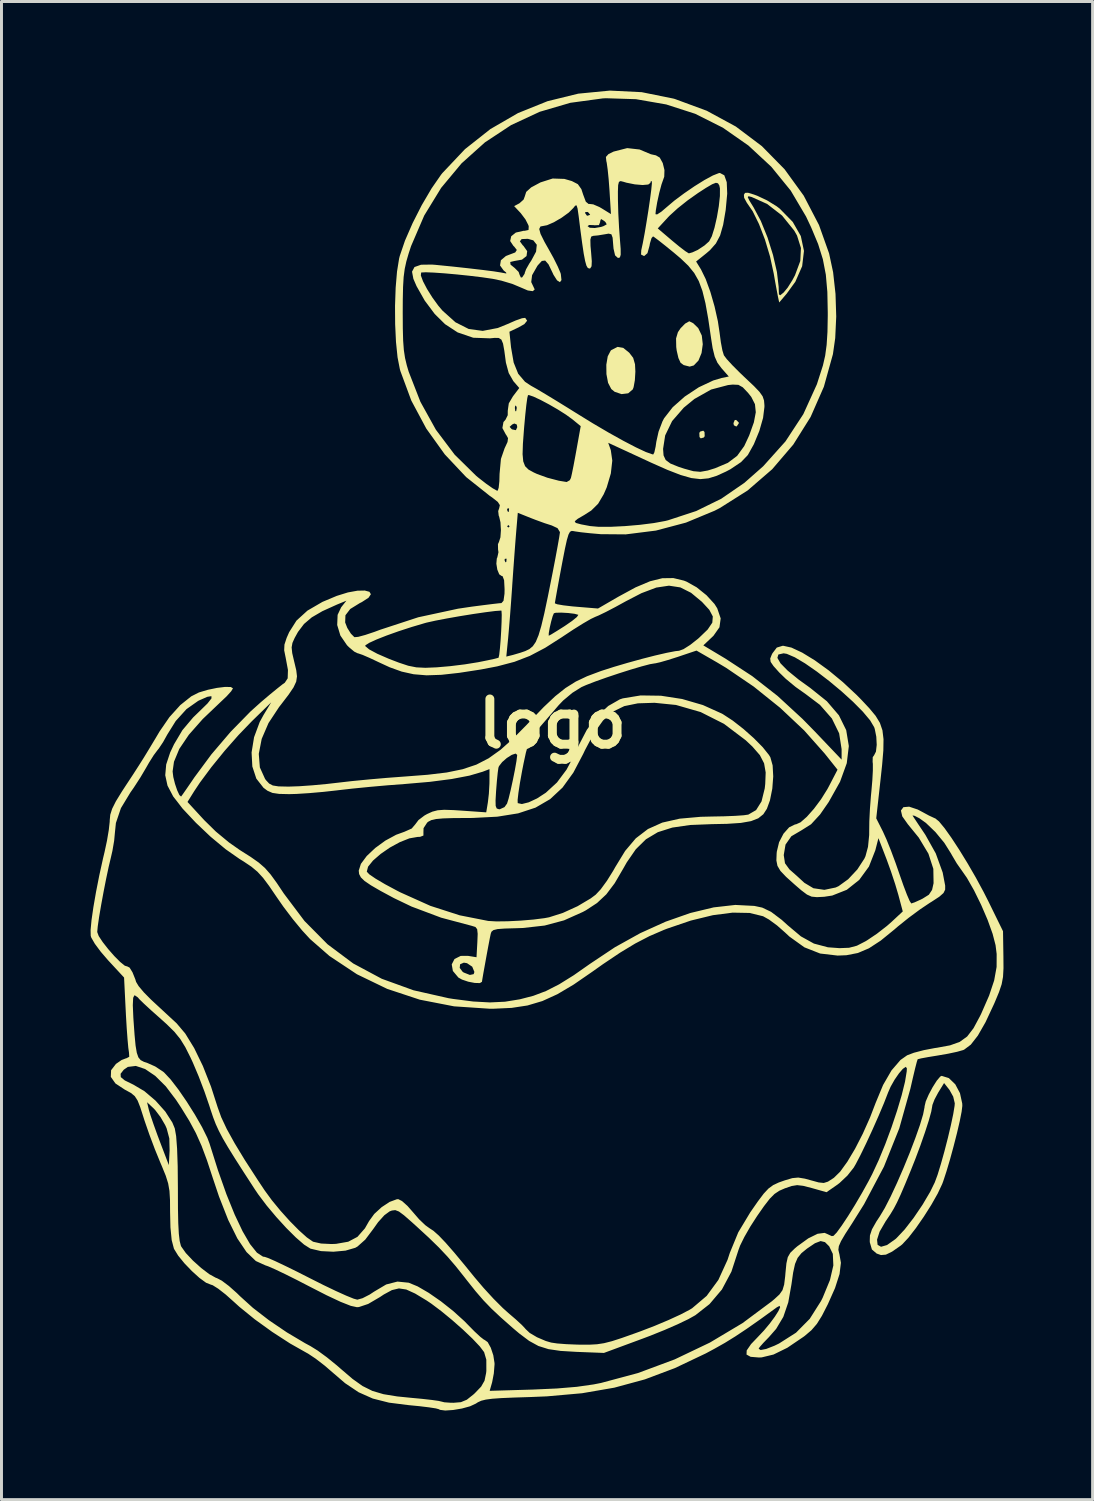
<source format=kicad_pcb>
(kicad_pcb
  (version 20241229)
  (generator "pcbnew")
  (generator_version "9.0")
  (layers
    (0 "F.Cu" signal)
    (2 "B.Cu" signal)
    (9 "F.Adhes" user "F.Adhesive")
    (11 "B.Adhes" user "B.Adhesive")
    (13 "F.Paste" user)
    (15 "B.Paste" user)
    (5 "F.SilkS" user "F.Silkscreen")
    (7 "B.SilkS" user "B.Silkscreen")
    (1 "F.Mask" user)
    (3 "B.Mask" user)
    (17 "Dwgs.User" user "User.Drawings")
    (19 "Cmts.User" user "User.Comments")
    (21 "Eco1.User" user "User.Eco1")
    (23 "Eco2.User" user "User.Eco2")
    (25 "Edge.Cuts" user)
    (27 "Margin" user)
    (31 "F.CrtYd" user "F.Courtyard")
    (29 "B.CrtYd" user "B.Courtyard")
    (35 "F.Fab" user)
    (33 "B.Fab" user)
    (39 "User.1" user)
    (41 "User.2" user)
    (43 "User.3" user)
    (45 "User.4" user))
  (footprint "logo"
    (layer "F.Cu")
    (at 15.546 21.315)
    (property "Reference" "logo" (at 0 0 0) (layer "F.SilkS") (effects (font (size 1.524 1.524) (thickness 0.3))))
    (attr board_only exclude_from_pos_files exclude_from_bom)
    (fp_poly (pts (xy 5.122 -9.821) (xy 5.128 -9.681) (xy 5.099 -9.637) (xy 4.995 -9.607) (xy 4.953 -9.652) (xy 4.947 -9.792) (xy 4.976 -9.836) (xy 5.08 -9.866)) (stroke (width 0) (type solid)) (fill yes) (layer "F.SilkS"))
    (fp_poly (pts (xy 6.274 -10.141) (xy 6.278 -10.118) (xy 6.212 -10.018) (xy 6.187 -10.007) (xy 6.11 -10.048) (xy 6.096 -10.118) (xy 6.139 -10.223) (xy 6.187 -10.228)) (stroke (width 0) (type solid)) (fill yes) (layer "F.SilkS"))
    (fp_poly (pts (xy 2.385 -12.654) (xy 2.586 -12.492) (xy 2.72 -12.318) (xy 2.782 -12.103) (xy 2.794 -11.852) (xy 2.777 -11.566) (xy 2.735 -11.331) (xy 2.706 -11.255) (xy 2.552 -11.124) (xy 2.328 -11.097) (xy 2.097 -11.175) (xy 1.983 -11.268) (xy 1.875 -11.477) (xy 1.82 -11.769) (xy 1.816 -12.087) (xy 1.864 -12.37) (xy 1.964 -12.561) (xy 1.986 -12.581) (xy 2.196 -12.687)) (stroke (width 0) (type solid)) (fill yes) (layer "F.SilkS"))
    (fp_poly (pts (xy 4.74 -13.485) (xy 4.895 -13.335) (xy 4.913 -13.314) (xy 5.03 -13.069) (xy 5.063 -12.776) (xy 5.022 -12.48) (xy 4.918 -12.227) (xy 4.76 -12.062) (xy 4.622 -12.023) (xy 4.419 -12.075) (xy 4.316 -12.152) (xy 4.243 -12.312) (xy 4.185 -12.564) (xy 4.17 -12.682) (xy 4.164 -12.972) (xy 4.226 -13.181) (xy 4.316 -13.314) (xy 4.47 -13.471) (xy 4.603 -13.546) (xy 4.614 -13.547)) (stroke (width 0) (type solid)) (fill yes) (layer "F.SilkS"))
    (fp_poly (pts (xy 6.787 -17.815) (xy 6.9 -17.773) (xy 7.226 -17.62) (xy 7.549 -17.421) (xy 7.653 -17.342) (xy 8.091 -16.895) (xy 8.364 -16.418) (xy 8.47 -15.918) (xy 8.409 -15.403) (xy 8.18 -14.881) (xy 7.888 -14.478) (xy 7.636 -14.182) (xy 7.591 -14.393) (xy 7.554 -14.588) (xy 7.5 -14.88) (xy 7.452 -15.155) (xy 7.327 -15.73) (xy 7.157 -16.298) (xy 6.957 -16.819) (xy 6.744 -17.252) (xy 6.545 -17.541) (xy 6.456 -17.707) (xy 6.454 -17.729) (xy 6.577 -17.729) (xy 6.631 -17.615) (xy 6.771 -17.388) (xy 7.017 -16.928) (xy 7.242 -16.374) (xy 7.428 -15.781) (xy 7.56 -15.207) (xy 7.618 -14.707) (xy 7.62 -14.629) (xy 7.627 -14.454) (xy 7.672 -14.425) (xy 7.787 -14.519) (xy 7.92 -14.68) (xy 8.077 -14.929) (xy 8.168 -15.099) (xy 8.346 -15.579) (xy 8.368 -16.015) (xy 8.236 -16.436) (xy 8.142 -16.601) (xy 7.732 -17.109) (xy 7.229 -17.499) (xy 6.708 -17.733) (xy 6.604 -17.759) (xy 6.577 -17.729) (xy 6.454 -17.729) (xy 6.448 -17.808) (xy 6.487 -17.872) (xy 6.587 -17.876)) (stroke (width 0) (type solid)) (fill yes) (layer "F.SilkS"))
    (fp_poly (pts (xy 13.349 11.931) (xy 13.564 12.139) (xy 13.722 12.437) (xy 13.798 12.786) (xy 13.801 12.866) (xy 13.777 13.062) (xy 13.714 13.381) (xy 13.621 13.781) (xy 13.508 14.223) (xy 13.387 14.667) (xy 13.266 15.074) (xy 13.158 15.403) (xy 13.123 15.496) (xy 12.972 15.817) (xy 12.756 16.198) (xy 12.502 16.599) (xy 12.237 16.981) (xy 11.987 17.303) (xy 11.779 17.526) (xy 11.727 17.569) (xy 11.436 17.772) (xy 11.228 17.873) (xy 11.062 17.887) (xy 10.917 17.836) (xy 10.757 17.699) (xy 10.688 17.463) (xy 10.685 17.426) (xy 10.686 17.368) (xy 10.93 17.368) (xy 10.949 17.543) (xy 11.064 17.608) (xy 11.266 17.55) (xy 11.546 17.352) (xy 11.587 17.315) (xy 11.859 17.026) (xy 12.162 16.635) (xy 12.461 16.194) (xy 12.72 15.755) (xy 12.874 15.44) (xy 12.968 15.185) (xy 13.079 14.823) (xy 13.198 14.397) (xy 13.314 13.947) (xy 13.416 13.515) (xy 13.495 13.141) (xy 13.54 12.867) (xy 13.547 12.777) (xy 13.494 12.553) (xy 13.368 12.327) (xy 13.367 12.325) (xy 13.187 12.096) (xy 12.988 12.419) (xy 12.866 12.647) (xy 12.794 12.834) (xy 12.787 12.879) (xy 12.755 13.059) (xy 12.671 13.362) (xy 12.545 13.752) (xy 12.39 14.197) (xy 12.216 14.661) (xy 12.07 15.028) (xy 11.875 15.501) (xy 11.725 15.851) (xy 11.603 16.114) (xy 11.493 16.324) (xy 11.378 16.515) (xy 11.239 16.723) (xy 11.22 16.75) (xy 11.017 17.099) (xy 10.93 17.368) (xy 10.686 17.368) (xy 10.691 17.227) (xy 10.759 17.021) (xy 10.907 16.759) (xy 11.025 16.581) (xy 11.192 16.301) (xy 11.389 15.916) (xy 11.603 15.457) (xy 11.821 14.955) (xy 12.031 14.442) (xy 12.219 13.949) (xy 12.374 13.509) (xy 12.481 13.151) (xy 12.529 12.908) (xy 12.531 12.877) (xy 12.57 12.713) (xy 12.67 12.483) (xy 12.803 12.234) (xy 12.941 12.016) (xy 13.058 11.878) (xy 13.105 11.854)) (stroke (width 0) (type solid)) (fill yes) (layer "F.SilkS"))
    (fp_poly (pts (xy 3.007 -21.262) (xy 4.072 -21.047) (xy 4.122 -21.033) (xy 5.196 -20.637) (xy 6.176 -20.105) (xy 7.053 -19.445) (xy 7.818 -18.666) (xy 8.462 -17.777) (xy 8.976 -16.789) (xy 9.316 -15.833) (xy 9.451 -15.2) (xy 9.532 -14.47) (xy 9.556 -13.71) (xy 9.522 -12.983) (xy 9.445 -12.442) (xy 9.14 -11.345) (xy 8.693 -10.327) (xy 8.11 -9.398) (xy 7.401 -8.569) (xy 6.574 -7.854) (xy 5.638 -7.262) (xy 5.461 -7.171) (xy 4.497 -6.771) (xy 3.487 -6.503) (xy 2.47 -6.375) (xy 1.627 -6.382) (xy 1.272 -6.413) (xy 0.965 -6.446) (xy 0.758 -6.476) (xy 0.724 -6.483) (xy 0.651 -6.492) (xy 0.593 -6.462) (xy 0.542 -6.367) (xy 0.488 -6.185) (xy 0.423 -5.891) (xy 0.339 -5.461) (xy 0.312 -5.318) (xy 0.231 -4.885) (xy 0.163 -4.513) (xy 0.113 -4.233) (xy 0.086 -4.075) (xy 0.084 -4.053) (xy 0.162 -4.022) (xy 0.371 -3.986) (xy 0.671 -3.951) (xy 0.81 -3.939) (xy 1.536 -3.879) (xy 2.219 -4.275) (xy 2.801 -4.591) (xy 3.286 -4.796) (xy 3.701 -4.899) (xy 4.073 -4.904) (xy 4.429 -4.818) (xy 4.516 -4.784) (xy 4.857 -4.593) (xy 5.19 -4.325) (xy 5.457 -4.033) (xy 5.55 -3.886) (xy 5.666 -3.546) (xy 5.625 -3.247) (xy 5.423 -2.961) (xy 5.377 -2.917) (xy 5.082 -2.638) (xy 5.822 -2.195) (xy 6.728 -1.603) (xy 7.58 -0.937) (xy 8.421 -0.162) (xy 8.834 0.259) (xy 9.737 1.208) (xy 9.737 0.855) (xy 9.654 0.323) (xy 9.409 -0.177) (xy 9.008 -0.635) (xy 8.522 -1.002) (xy 8.19 -1.237) (xy 7.858 -1.512) (xy 7.639 -1.724) (xy 7.444 -1.942) (xy 7.348 -2.082) (xy 7.333 -2.194) (xy 7.342 -2.217) (xy 7.575 -2.217) (xy 7.681 -2.033) (xy 7.922 -1.788) (xy 8.292 -1.486) (xy 8.677 -1.209) (xy 9.241 -0.757) (xy 9.646 -0.284) (xy 9.892 0.216) (xy 9.98 0.751) (xy 9.911 1.328) (xy 9.684 1.954) (xy 9.302 2.636) (xy 9.012 3.055) (xy 8.709 3.384) (xy 8.389 3.586) (xy 8.045 3.788) (xy 7.849 4.068) (xy 7.789 4.422) (xy 7.831 4.697) (xy 7.98 4.902) (xy 8.014 4.932) (xy 8.234 5.126) (xy 8.467 5.34) (xy 8.483 5.355) (xy 8.788 5.538) (xy 9.157 5.592) (xy 9.537 5.513) (xy 9.635 5.468) (xy 9.958 5.235) (xy 10.267 4.905) (xy 10.502 4.544) (xy 10.541 4.459) (xy 10.626 4.143) (xy 10.665 3.748) (xy 10.666 3.612) (xy 10.67 3.285) (xy 10.691 2.863) (xy 10.725 2.421) (xy 10.74 2.269) (xy 10.772 1.897) (xy 10.789 1.575) (xy 10.789 1.35) (xy 10.781 1.284) (xy 10.785 1.124) (xy 10.83 1.063) (xy 10.893 0.939) (xy 10.919 0.71) (xy 10.905 0.436) (xy 10.853 0.175) (xy 10.834 0.118) (xy 10.697 -0.114) (xy 10.451 -0.407) (xy 10.122 -0.739) (xy 9.737 -1.089) (xy 9.322 -1.435) (xy 8.904 -1.756) (xy 8.508 -2.031) (xy 8.162 -2.237) (xy 7.891 -2.353) (xy 7.784 -2.371) (xy 7.608 -2.331) (xy 7.575 -2.217) (xy 7.342 -2.217) (xy 7.384 -2.323) (xy 7.408 -2.371) (xy 7.555 -2.564) (xy 7.752 -2.624) (xy 7.77 -2.625) (xy 8.047 -2.564) (xy 8.411 -2.394) (xy 8.837 -2.133) (xy 9.302 -1.796) (xy 9.779 -1.402) (xy 10.245 -0.967) (xy 10.39 -0.82) (xy 10.672 -0.519) (xy 10.882 -0.266) (xy 11.026 -0.03) (xy 11.112 0.222) (xy 11.148 0.521) (xy 11.142 0.899) (xy 11.101 1.387) (xy 11.047 1.888) (xy 10.903 3.185) (xy 11.129 3.632) (xy 11.248 3.895) (xy 11.398 4.267) (xy 11.557 4.695) (xy 11.686 5.066) (xy 11.818 5.443) (xy 11.936 5.754) (xy 12.028 5.966) (xy 12.082 6.05) (xy 12.084 6.05) (xy 12.195 6.013) (xy 12.392 5.924) (xy 12.464 5.888) (xy 12.675 5.756) (xy 12.783 5.593) (xy 12.833 5.368) (xy 12.825 4.885) (xy 12.66 4.375) (xy 12.334 3.833) (xy 11.967 3.383) (xy 11.779 3.118) (xy 11.734 2.922) (xy 11.817 2.809) (xy 12.011 2.792) (xy 12.3 2.888) (xy 12.447 2.966) (xy 12.676 3.09) (xy 12.865 3.178) (xy 12.892 3.188) (xy 13.015 3.288) (xy 13.201 3.513) (xy 13.434 3.84) (xy 13.697 4.242) (xy 13.976 4.696) (xy 14.254 5.176) (xy 14.515 5.658) (xy 14.673 5.969) (xy 15.171 6.985) (xy 15.184 7.832) (xy 15.187 8.231) (xy 15.171 8.523) (xy 15.125 8.771) (xy 15.036 9.035) (xy 14.893 9.379) (xy 14.866 9.44) (xy 14.582 10.048) (xy 14.324 10.499) (xy 14.086 10.804) (xy 13.862 10.972) (xy 13.826 10.987) (xy 13.625 11.044) (xy 13.32 11.109) (xy 12.975 11.169) (xy 12.957 11.172) (xy 12.651 11.222) (xy 12.418 11.265) (xy 12.302 11.294) (xy 12.297 11.297) (xy 12.268 11.386) (xy 12.211 11.607) (xy 12.135 11.926) (xy 12.052 12.288) (xy 11.679 13.62) (xy 11.163 14.909) (xy 10.493 16.176) (xy 10.086 16.827) (xy 9.86 17.176) (xy 9.717 17.419) (xy 9.644 17.587) (xy 9.628 17.712) (xy 9.654 17.827) (xy 9.66 17.843) (xy 9.714 18.146) (xy 9.668 18.525) (xy 9.516 18.998) (xy 9.273 19.544) (xy 9.075 19.931) (xy 8.903 20.206) (xy 8.722 20.416) (xy 8.498 20.607) (xy 8.452 20.641) (xy 7.91 21.008) (xy 7.445 21.236) (xy 7.047 21.332) (xy 6.956 21.336) (xy 6.674 21.313) (xy 6.536 21.237) (xy 6.542 21.098) (xy 6.582 21.04) (xy 6.943 21.04) (xy 7.011 21.084) (xy 7.198 21.048) (xy 7.477 20.939) (xy 7.63 20.865) (xy 8.202 20.501) (xy 8.665 20.033) (xy 9.043 19.436) (xy 9.099 19.325) (xy 9.345 18.728) (xy 9.459 18.236) (xy 9.441 17.847) (xy 9.319 17.593) (xy 9.177 17.452) (xy 9.031 17.416) (xy 8.84 17.489) (xy 8.574 17.669) (xy 8.385 17.823) (xy 8.256 17.982) (xy 8.169 18.187) (xy 8.105 18.479) (xy 8.049 18.872) (xy 7.941 19.481) (xy 7.775 19.968) (xy 7.533 20.373) (xy 7.29 20.65) (xy 7.103 20.844) (xy 6.977 20.987) (xy 6.943 21.04) (xy 6.582 21.04) (xy 6.689 20.884) (xy 6.91 20.653) (xy 7.123 20.427) (xy 7.322 20.188) (xy 7.489 19.962) (xy 7.61 19.771) (xy 7.668 19.642) (xy 7.648 19.598) (xy 7.557 19.646) (xy 7.001 20.049) (xy 6.545 20.369) (xy 6.157 20.627) (xy 5.805 20.845) (xy 5.454 21.043) (xy 5.165 21.198) (xy 4.126 21.692) (xy 3.113 22.073) (xy 2.084 22.352) (xy 0.999 22.539) (xy -0.184 22.644) (xy -0.72 22.666) (xy -1.289 22.684) (xy -1.715 22.702) (xy -2.023 22.724) (xy -2.241 22.753) (xy -2.394 22.791) (xy -2.508 22.843) (xy -2.577 22.888) (xy -2.77 22.978) (xy -3.043 23.053) (xy -3.34 23.103) (xy -3.606 23.121) (xy -3.786 23.098) (xy -3.819 23.078) (xy -3.92 23.05) (xy -4.153 23.014) (xy -4.483 22.974) (xy -4.835 22.94) (xy -5.5 22.856) (xy -6.046 22.718) (xy -6.523 22.506) (xy -6.979 22.2) (xy -7.366 21.868) (xy -7.666 21.609) (xy -7.971 21.374) (xy -8.225 21.205) (xy -8.275 21.178) (xy -8.83 20.864) (xy -9.432 20.474) (xy -10.021 20.049) (xy -10.538 19.629) (xy -10.721 19.463) (xy -10.999 19.215) (xy -11.249 19.02) (xy -11.435 18.903) (xy -11.503 18.881) (xy -11.659 18.819) (xy -11.882 18.656) (xy -12.136 18.426) (xy -12.387 18.165) (xy -12.598 17.906) (xy -12.734 17.685) (xy -12.742 17.667) (xy -12.816 17.384) (xy -12.858 16.956) (xy -12.87 16.449) (xy -12.873 16.032) (xy -12.891 15.727) (xy -12.935 15.475) (xy -13.015 15.219) (xy -13.145 14.9) (xy -13.2 14.771) (xy -13.382 14.325) (xy -13.57 13.824) (xy -13.73 13.362) (xy -13.761 13.264) (xy -13.874 12.912) (xy -13.941 12.742) (xy -13.645 12.742) (xy -13.585 12.996) (xy -13.529 13.184) (xy -13.428 13.481) (xy -13.299 13.839) (xy -13.218 14.055) (xy -12.912 14.859) (xy -12.886 14.366) (xy -12.896 13.96) (xy -12.985 13.624) (xy -13.035 13.512) (xy -13.193 13.241) (xy -13.374 13.002) (xy -13.427 12.947) (xy -13.645 12.742) (xy -13.941 12.742) (xy -13.965 12.683) (xy -14.06 12.536) (xy -14.186 12.432) (xy -14.37 12.331) (xy -14.395 12.318) (xy -14.71 12.11) (xy -14.865 11.889) (xy -14.861 11.785) (xy -14.536 11.785) (xy -14.53 11.896) (xy -14.395 12.008) (xy -14.114 12.146) (xy -14.113 12.146) (xy -13.734 12.37) (xy -13.36 12.688) (xy -13.032 13.055) (xy -12.793 13.427) (xy -12.712 13.624) (xy -12.666 13.882) (xy -12.634 14.306) (xy -12.614 14.892) (xy -12.607 15.638) (xy -12.607 15.678) (xy -12.605 16.318) (xy -12.595 16.808) (xy -12.576 17.167) (xy -12.547 17.414) (xy -12.508 17.569) (xy -12.494 17.601) (xy -12.34 17.819) (xy -12.101 18.073) (xy -11.823 18.323) (xy -11.551 18.53) (xy -11.33 18.652) (xy -11.293 18.664) (xy -11.128 18.75) (xy -10.89 18.929) (xy -10.621 19.168) (xy -10.514 19.273) (xy -10.081 19.665) (xy -9.539 20.083) (xy -8.937 20.491) (xy -8.326 20.854) (xy -8.146 20.951) (xy -7.904 21.101) (xy -7.591 21.33) (xy -7.261 21.598) (xy -7.115 21.725) (xy -6.727 22.057) (xy -6.391 22.296) (xy -6.059 22.461) (xy -5.686 22.571) (xy -5.226 22.646) (xy -4.78 22.691) (xy -4.386 22.728) (xy -4.058 22.765) (xy -3.831 22.797) (xy -3.738 22.819) (xy -3.636 22.844) (xy -3.427 22.859) (xy -3.327 22.86) (xy -3.08 22.84) (xy -2.88 22.757) (xy -2.657 22.58) (xy -2.61 22.537) (xy -2.398 22.316) (xy -2.284 22.116) (xy -2.231 21.861) (xy -2.223 21.788) (xy -2.224 21.409) (xy -2.298 21.156) (xy -2.443 20.963) (xy -2.692 20.7) (xy -3.013 20.395) (xy -3.373 20.077) (xy -3.739 19.776) (xy -4.078 19.521) (xy -4.233 19.417) (xy -4.622 19.182) (xy -4.919 19.047) (xy -5.165 19.01) (xy -5.403 19.067) (xy -5.674 19.214) (xy -5.805 19.301) (xy -6.201 19.533) (xy -6.512 19.637) (xy -6.581 19.642) (xy -6.787 19.597) (xy -7.129 19.462) (xy -7.6 19.241) (xy -8.147 18.961) (xy -8.588 18.733) (xy -8.992 18.531) (xy -9.328 18.371) (xy -9.568 18.266) (xy -9.666 18.232) (xy -9.983 18.088) (xy -10.296 17.787) (xy -10.606 17.327) (xy -10.914 16.704) (xy -11.223 15.917) (xy -11.43 15.3) (xy -11.629 14.695) (xy -11.812 14.205) (xy -12.002 13.78) (xy -12.223 13.37) (xy -12.497 12.925) (xy -12.669 12.664) (xy -13.016 12.206) (xy -13.369 11.856) (xy -13.711 11.624) (xy -14.024 11.52) (xy -14.293 11.553) (xy -14.43 11.648) (xy -14.536 11.785) (xy -14.861 11.785) (xy -14.856 11.664) (xy -14.692 11.452) (xy -14.503 11.321) (xy -14.346 11.261) (xy -14.337 11.261) (xy -14.245 11.212) (xy -14.254 11.068) (xy -14.276 10.914) (xy -14.302 10.629) (xy -14.33 10.25) (xy -14.356 9.815) (xy -14.361 9.709) (xy -14.373 9.477) (xy -14.125 9.477) (xy -14.107 9.893) (xy -14.102 9.97) (xy -14.066 10.472) (xy -14.032 10.833) (xy -13.991 11.077) (xy -13.937 11.232) (xy -13.86 11.325) (xy -13.751 11.382) (xy -13.645 11.416) (xy -13.371 11.538) (xy -13.102 11.715) (xy -13.067 11.745) (xy -12.851 11.976) (xy -12.588 12.317) (xy -12.307 12.726) (xy -12.033 13.162) (xy -11.793 13.581) (xy -11.615 13.941) (xy -11.542 14.133) (xy -11.257 15.036) (xy -10.974 15.837) (xy -10.696 16.523) (xy -10.429 17.087) (xy -10.178 17.518) (xy -9.947 17.806) (xy -9.743 17.94) (xy -9.681 17.949) (xy -9.569 17.987) (xy -9.334 18.09) (xy -9.001 18.248) (xy -8.595 18.447) (xy -8.158 18.669) (xy -7.703 18.898) (xy -7.288 19.097) (xy -6.942 19.253) (xy -6.691 19.355) (xy -6.567 19.389) (xy -6.391 19.34) (xy -6.151 19.217) (xy -6.004 19.12) (xy -5.594 18.877) (xy -5.216 18.78) (xy -4.836 18.818) (xy -4.831 18.82) (xy -4.536 18.942) (xy -4.163 19.159) (xy -3.751 19.445) (xy -3.338 19.772) (xy -2.963 20.111) (xy -2.852 20.225) (xy -2.618 20.462) (xy -2.424 20.642) (xy -2.302 20.736) (xy -2.282 20.743) (xy -2.178 20.818) (xy -2.073 21.008) (xy -1.989 21.26) (xy -1.948 21.521) (xy -1.947 21.565) (xy -1.971 21.871) (xy -2.027 22.165) (xy -2.029 22.173) (xy -2.111 22.458) (xy -0.653 22.415) (xy 0.15 22.379) (xy 0.819 22.323) (xy 1.388 22.242) (xy 1.637 22.193) (xy 2.885 21.858) (xy 4.119 21.399) (xy 5.304 20.833) (xy 6.403 20.177) (xy 7.382 19.448) (xy 7.476 19.369) (xy 7.646 19.212) (xy 7.747 19.068) (xy 7.803 18.881) (xy 7.838 18.597) (xy 7.847 18.487) (xy 7.879 18.166) (xy 7.925 17.959) (xy 8.01 17.811) (xy 8.159 17.666) (xy 8.245 17.593) (xy 8.615 17.325) (xy 8.928 17.171) (xy 9.166 17.14) (xy 9.267 17.184) (xy 9.405 17.249) (xy 9.465 17.24) (xy 9.573 17.127) (xy 9.741 16.896) (xy 9.952 16.578) (xy 10.184 16.204) (xy 10.419 15.804) (xy 10.638 15.41) (xy 10.767 15.162) (xy 10.986 14.691) (xy 11.206 14.156) (xy 11.416 13.59) (xy 11.604 13.028) (xy 11.76 12.504) (xy 11.872 12.051) (xy 11.929 11.704) (xy 11.934 11.599) (xy 11.896 11.551) (xy 11.798 11.619) (xy 11.665 11.774) (xy 11.52 11.985) (xy 11.387 12.22) (xy 11.303 12.413) (xy 11.163 12.773) (xy 10.981 13.204) (xy 10.776 13.667) (xy 10.567 14.12) (xy 10.372 14.522) (xy 10.211 14.83) (xy 10.143 14.946) (xy 9.933 15.211) (xy 9.667 15.462) (xy 9.579 15.528) (xy 9.229 15.771) (xy 8.73 15.63) (xy 8.441 15.556) (xy 8.239 15.533) (xy 8.054 15.563) (xy 7.829 15.64) (xy 7.638 15.723) (xy 7.478 15.83) (xy 7.317 15.992) (xy 7.126 16.239) (xy 6.892 16.574) (xy 6.662 16.931) (xy 6.463 17.278) (xy 6.32 17.568) (xy 6.265 17.717) (xy 6.027 18.447) (xy 5.708 19.046) (xy 5.291 19.538) (xy 4.814 19.912) (xy 4.575 20.046) (xy 4.216 20.218) (xy 3.778 20.409) (xy 3.299 20.602) (xy 3.048 20.697) (xy 1.736 21.182) (xy 0.804 21.146) (xy 0.275 21.114) (xy -0.133 21.054) (xy -0.47 20.948) (xy -0.782 20.777) (xy -1.118 20.524) (xy -1.33 20.345) (xy -1.735 19.987) (xy -2.051 19.691) (xy -2.32 19.412) (xy -2.585 19.105) (xy -2.887 18.726) (xy -2.963 18.628) (xy -3.256 18.26) (xy -3.53 17.941) (xy -3.818 17.635) (xy -4.157 17.305) (xy -4.58 16.916) (xy -4.737 16.774) (xy -4.994 16.549) (xy -5.165 16.422) (xy -5.289 16.374) (xy -5.403 16.388) (xy -5.48 16.417) (xy -5.656 16.546) (xy -5.867 16.78) (xy -6.031 17.011) (xy -6.299 17.367) (xy -6.561 17.6) (xy -6.637 17.643) (xy -6.964 17.738) (xy -7.374 17.775) (xy -7.79 17.754) (xy -8.136 17.673) (xy -8.153 17.666) (xy -8.359 17.535) (xy -8.636 17.295) (xy -8.956 16.977) (xy -9.292 16.609) (xy -9.617 16.222) (xy -9.902 15.844) (xy -10.014 15.679) (xy -10.392 15.096) (xy -10.689 14.632) (xy -10.919 14.261) (xy -11.094 13.962) (xy -11.227 13.709) (xy -11.332 13.48) (xy -11.42 13.251) (xy -11.505 12.999) (xy -11.552 12.851) (xy -11.713 12.383) (xy -11.907 11.873) (xy -12.104 11.407) (xy -12.179 11.244) (xy -12.359 10.886) (xy -12.529 10.611) (xy -12.727 10.368) (xy -12.994 10.106) (xy -13.229 9.895) (xy -13.515 9.641) (xy -13.749 9.425) (xy -13.906 9.272) (xy -13.956 9.213) (xy -14.053 9.146) (xy -14.072 9.144) (xy -14.113 9.227) (xy -14.125 9.477) (xy -14.373 9.477) (xy -14.419 8.544) (xy -14.957 7.963) (xy -15.204 7.676) (xy -15.403 7.408) (xy -15.523 7.2) (xy -15.542 7.141) (xy -15.545 7.012) (xy -15.323 7.012) (xy -15.273 7.147) (xy -15.139 7.35) (xy -14.954 7.586) (xy -14.748 7.821) (xy -14.551 8.019) (xy -14.393 8.147) (xy -14.31 8.171) (xy -14.233 8.21) (xy -14.135 8.369) (xy -14.04 8.606) (xy -14.015 8.69) (xy -13.93 8.832) (xy -13.753 9.043) (xy -13.519 9.28) (xy -13.481 9.316) (xy -13.187 9.588) (xy -12.887 9.866) (xy -12.652 10.083) (xy -12.359 10.43) (xy -12.059 10.919) (xy -11.766 11.523) (xy -11.492 12.217) (xy -11.267 12.916) (xy -11.148 13.247) (xy -10.962 13.643) (xy -10.699 14.119) (xy -10.352 14.691) (xy -9.911 15.372) (xy -9.689 15.706) (xy -9.445 16.04) (xy -9.151 16.397) (xy -8.837 16.746) (xy -8.532 17.054) (xy -8.266 17.293) (xy -8.067 17.431) (xy -8.048 17.44) (xy -7.786 17.499) (xy -7.434 17.516) (xy -7.283 17.51) (xy -6.872 17.438) (xy -6.562 17.274) (xy -6.311 16.988) (xy -6.171 16.743) (xy -5.997 16.503) (xy -5.748 16.275) (xy -5.478 16.097) (xy -5.238 16.009) (xy -5.188 16.005) (xy -5.06 16.07) (xy -4.876 16.235) (xy -4.699 16.437) (xy -4.486 16.683) (xy -4.276 16.883) (xy -4.145 16.978) (xy -4.002 17.072) (xy -3.823 17.231) (xy -3.595 17.47) (xy -3.304 17.803) (xy -2.935 18.247) (xy -2.625 18.629) (xy -2.315 18.994) (xy -1.981 19.358) (xy -1.668 19.671) (xy -1.482 19.838) (xy -1.23 20.054) (xy -1.028 20.24) (xy -0.914 20.362) (xy -0.906 20.374) (xy -0.764 20.508) (xy -0.517 20.654) (xy -0.222 20.78) (xy -0.042 20.833) (xy 0.159 20.863) (xy 0.472 20.887) (xy 0.84 20.902) (xy 0.961 20.904) (xy 1.256 20.904) (xy 1.503 20.89) (xy 1.739 20.854) (xy 2.003 20.787) (xy 2.334 20.68) (xy 2.771 20.525) (xy 2.97 20.453) (xy 3.448 20.269) (xy 3.911 20.074) (xy 4.316 19.888) (xy 4.62 19.729) (xy 4.705 19.677) (xy 5.194 19.262) (xy 5.588 18.724) (xy 5.896 18.05) (xy 5.974 17.813) (xy 6.258 17.122) (xy 6.662 16.449) (xy 6.92 16.078) (xy 7.115 15.819) (xy 7.277 15.646) (xy 7.435 15.531) (xy 7.621 15.444) (xy 7.822 15.373) (xy 8.078 15.297) (xy 8.277 15.278) (xy 8.501 15.315) (xy 8.699 15.369) (xy 8.965 15.442) (xy 9.136 15.46) (xy 9.277 15.416) (xy 9.454 15.302) (xy 9.48 15.284) (xy 9.688 15.08) (xy 9.93 14.745) (xy 10.19 14.309) (xy 10.45 13.802) (xy 10.694 13.256) (xy 10.88 12.771) (xy 11.133 12.162) (xy 11.416 11.672) (xy 11.719 11.32) (xy 11.943 11.162) (xy 12.171 11.076) (xy 12.504 10.989) (xy 12.876 10.918) (xy 12.949 10.908) (xy 13.388 10.827) (xy 13.713 10.711) (xy 13.964 10.529) (xy 14.178 10.25) (xy 14.396 9.844) (xy 14.438 9.758) (xy 14.703 9.152) (xy 14.873 8.642) (xy 14.955 8.188) (xy 14.957 7.751) (xy 14.92 7.455) (xy 14.821 7.073) (xy 14.652 6.603) (xy 14.435 6.098) (xy 14.195 5.609) (xy 13.955 5.188) (xy 13.786 4.946) (xy 13.614 4.701) (xy 13.447 4.418) (xy 13.423 4.373) (xy 13.195 4.01) (xy 12.895 3.646) (xy 12.575 3.339) (xy 12.358 3.184) (xy 12.196 3.1) (xy 12.126 3.087) (xy 12.13 3.099) (xy 12.197 3.201) (xy 12.332 3.405) (xy 12.51 3.67) (xy 12.558 3.742) (xy 12.907 4.366) (xy 13.14 5.009) (xy 13.224 5.452) (xy 13.223 5.586) (xy 13.167 5.699) (xy 13.028 5.822) (xy 12.776 5.987) (xy 12.7 6.034) (xy 12.378 6.25) (xy 11.998 6.531) (xy 11.628 6.828) (xy 11.516 6.925) (xy 11.054 7.301) (xy 10.657 7.56) (xy 10.285 7.718) (xy 9.901 7.793) (xy 9.603 7.805) (xy 9.015 7.736) (xy 8.484 7.527) (xy 7.981 7.166) (xy 7.832 7.027) (xy 7.565 6.792) (xy 7.291 6.591) (xy 7.094 6.481) (xy 6.64 6.37) (xy 6.071 6.359) (xy 5.405 6.445) (xy 4.662 6.626) (xy 3.859 6.9) (xy 3.751 6.942) (xy 3.267 7.151) (xy 2.789 7.399) (xy 2.28 7.707) (xy 1.702 8.095) (xy 1.342 8.35) (xy 0.715 8.782) (xy 0.168 9.106) (xy -0.337 9.336) (xy -0.838 9.485) (xy -1.371 9.566) (xy -1.975 9.594) (xy -2.117 9.594) (xy -3.309 9.514) (xy -4.462 9.29) (xy -5.559 8.927) (xy -6.579 8.434) (xy -7.505 7.819) (xy -8.157 7.249) (xy -8.426 6.957) (xy -8.74 6.576) (xy -9.056 6.159) (xy -9.276 5.843) (xy -9.536 5.461) (xy -9.741 5.187) (xy -9.928 4.983) (xy -10.133 4.812) (xy -10.391 4.639) (xy -10.535 4.55) (xy -10.997 4.227) (xy -11.508 3.802) (xy -12.001 3.334) (xy -12.449 2.857) (xy -12.621 2.633) (xy -12.284 2.633) (xy -11.723 3.243) (xy -11.33 3.629) (xy -10.886 3.997) (xy -10.525 4.25) (xy -10.157 4.483) (xy -9.887 4.673) (xy -9.676 4.857) (xy -9.486 5.074) (xy -9.278 5.36) (xy -9.041 5.715) (xy -8.344 6.642) (xy -7.568 7.425) (xy -6.704 8.071) (xy -5.743 8.586) (xy -4.676 8.973) (xy -3.495 9.24) (xy -3.344 9.264) (xy -2.669 9.351) (xy -2.103 9.382) (xy -1.595 9.358) (xy -1.095 9.277) (xy -1.087 9.275) (xy -0.64 9.159) (xy -0.214 8.998) (xy 0.227 8.773) (xy 0.719 8.467) (xy 1.27 8.081) (xy 2.104 7.525) (xy 2.959 7.05) (xy 3.812 6.664) (xy 4.643 6.372) (xy 5.432 6.182) (xy 6.158 6.1) (xy 6.8 6.133) (xy 7.065 6.19) (xy 7.362 6.332) (xy 7.723 6.604) (xy 7.917 6.78) (xy 8.368 7.159) (xy 8.805 7.401) (xy 9.275 7.526) (xy 9.668 7.555) (xy 9.989 7.542) (xy 10.251 7.473) (xy 10.541 7.324) (xy 10.599 7.289) (xy 10.926 7.069) (xy 11.263 6.807) (xy 11.422 6.667) (xy 11.796 6.319) (xy 11.648 5.763) (xy 11.541 5.402) (xy 11.399 4.973) (xy 11.251 4.563) (xy 11.238 4.53) (xy 10.977 3.852) (xy 10.872 4.261) (xy 10.657 4.809) (xy 10.33 5.258) (xy 9.912 5.59) (xy 9.422 5.784) (xy 9.152 5.825) (xy 8.905 5.838) (xy 8.728 5.821) (xy 8.571 5.751) (xy 8.381 5.608) (xy 8.164 5.421) (xy 7.867 5.154) (xy 7.678 4.955) (xy 7.577 4.784) (xy 7.541 4.602) (xy 7.55 4.369) (xy 7.556 4.304) (xy 7.632 3.989) (xy 7.781 3.701) (xy 7.971 3.487) (xy 8.171 3.389) (xy 8.201 3.387) (xy 8.355 3.318) (xy 8.565 3.134) (xy 8.804 2.865) (xy 9.044 2.544) (xy 9.258 2.202) (xy 9.311 2.103) (xy 9.6 1.547) (xy 9.165 1.001) (xy 8.479 0.228) (xy 7.669 -0.535) (xy 6.779 -1.25) (xy 5.851 -1.881) (xy 5.538 -2.068) (xy 4.852 -2.463) (xy 4.21 -2.247) (xy 3.892 -2.146) (xy 3.628 -2.07) (xy 3.464 -2.033) (xy 3.446 -2.032) (xy 3.286 -2.005) (xy 3.005 -1.931) (xy 2.643 -1.824) (xy 2.236 -1.695) (xy 1.824 -1.557) (xy 1.445 -1.422) (xy 1.137 -1.303) (xy 0.979 -1.233) (xy 0.673 -1.041) (xy 0.362 -0.781) (xy 0.212 -0.624) (xy -0.048 -0.321) (xy -0.334 0.01) (xy -0.475 0.173) (xy -0.625 0.353) (xy -0.734 0.52) (xy -0.817 0.712) (xy -0.891 0.969) (xy -0.969 1.331) (xy -1.021 1.596) (xy -1.092 1.992) (xy -1.143 2.326) (xy -1.17 2.564) (xy -1.167 2.671) (xy -1.165 2.673) (xy -1.026 2.703) (xy -0.795 2.645) (xy -0.515 2.514) (xy -0.226 2.326) (xy -0.219 2.321) (xy 0.155 1.977) (xy 0.477 1.545) (xy 0.772 0.991) (xy 0.891 0.72) (xy 1.16 0.204) (xy 1.5 -0.245) (xy 1.881 -0.598) (xy 2.273 -0.822) (xy 2.371 -0.854) (xy 2.973 -0.953) (xy 3.655 -0.943) (xy 4.368 -0.833) (xy 5.068 -0.629) (xy 5.709 -0.34) (xy 5.741 -0.322) (xy 6.073 -0.105) (xy 6.433 0.176) (xy 6.782 0.486) (xy 7.081 0.789) (xy 7.291 1.051) (xy 7.339 1.131) (xy 7.415 1.402) (xy 7.435 1.773) (xy 7.404 2.185) (xy 7.325 2.579) (xy 7.222 2.862) (xy 7.102 3.047) (xy 6.931 3.184) (xy 6.687 3.279) (xy 6.344 3.339) (xy 5.878 3.37) (xy 5.371 3.38) (xy 4.635 3.409) (xy 4.037 3.496) (xy 3.55 3.651) (xy 3.15 3.89) (xy 2.81 4.224) (xy 2.505 4.666) (xy 2.39 4.869) (xy 2.098 5.369) (xy 1.815 5.744) (xy 1.504 6.035) (xy 1.13 6.28) (xy 1.026 6.336) (xy 0.393 6.619) (xy -0.26 6.794) (xy -0.991 6.876) (xy -1.225 6.884) (xy -1.604 6.895) (xy -1.846 6.913) (xy -1.984 6.947) (xy -2.051 7.002) (xy -2.075 7.07) (xy -2.107 7.225) (xy -2.156 7.481) (xy -2.214 7.793) (xy -2.272 8.115) (xy -2.324 8.402) (xy -2.359 8.608) (xy -2.371 8.688) (xy -2.441 8.731) (xy -2.614 8.726) (xy -2.833 8.684) (xy -3.043 8.613) (xy -3.164 8.545) (xy -3.35 8.323) (xy -3.368 8.219) (xy -3.12 8.219) (xy -3.021 8.351) (xy -2.985 8.375) (xy -2.778 8.457) (xy -2.65 8.43) (xy -2.625 8.357) (xy -2.698 8.179) (xy -2.874 8.061) (xy -2.98 8.043) (xy -3.106 8.097) (xy -3.12 8.219) (xy -3.368 8.219) (xy -3.388 8.102) (xy -3.295 7.92) (xy -3.087 7.816) (xy -2.843 7.814) (xy -2.554 7.861) (xy -2.526 7.356) (xy -2.515 7.074) (xy -2.532 6.917) (xy -2.591 6.842) (xy -2.707 6.806) (xy -2.709 6.805) (xy -3.745 6.529) (xy -4.74 6.155) (xy -5.334 5.87) (xy -5.787 5.626) (xy -6.109 5.439) (xy -6.322 5.294) (xy -6.447 5.173) (xy -6.506 5.06) (xy -6.515 4.98) (xy -6.248 4.98) (xy -6.165 5.069) (xy -5.952 5.215) (xy -5.633 5.403) (xy -5.232 5.618) (xy -5.122 5.675) (xy -4.107 6.131) (xy -3.121 6.449) (xy -2.159 6.639) (xy -1.886 6.655) (xy -1.502 6.65) (xy -1.066 6.628) (xy -0.635 6.592) (xy -0.266 6.545) (xy -0.11 6.516) (xy 0.352 6.369) (xy 0.846 6.144) (xy 1.291 5.88) (xy 1.458 5.755) (xy 1.629 5.572) (xy 1.837 5.287) (xy 2.046 4.952) (xy 2.117 4.826) (xy 2.45 4.281) (xy 2.808 3.858) (xy 3.217 3.545) (xy 3.701 3.328) (xy 4.284 3.196) (xy 4.993 3.133) (xy 5.364 3.124) (xy 5.784 3.116) (xy 6.157 3.101) (xy 6.443 3.081) (xy 6.596 3.059) (xy 6.858 2.907) (xy 7.041 2.615) (xy 7.149 2.178) (xy 7.166 2.027) (xy 7.181 1.64) (xy 7.127 1.332) (xy 6.985 1.057) (xy 6.733 0.768) (xy 6.508 0.556) (xy 5.778 0.004) (xy 4.992 -0.393) (xy 4.162 -0.632) (xy 3.439 -0.705) (xy 2.879 -0.687) (xy 2.42 -0.593) (xy 2.037 -0.406) (xy 1.705 -0.108) (xy 1.4 0.318) (xy 1.097 0.89) (xy 1.039 1.013) (xy 0.707 1.644) (xy 0.342 2.149) (xy -0.075 2.538) (xy -0.567 2.824) (xy -1.152 3.017) (xy -1.853 3.129) (xy -2.689 3.172) (xy -2.848 3.173) (xy -3.335 3.176) (xy -3.681 3.187) (xy -3.917 3.208) (xy -4.072 3.243) (xy -4.175 3.296) (xy -4.215 3.328) (xy -4.337 3.515) (xy -4.341 3.645) (xy -4.341 3.764) (xy -4.452 3.807) (xy -4.541 3.811) (xy -4.815 3.859) (xy -5.135 3.986) (xy -5.469 4.168) (xy -5.781 4.383) (xy -6.038 4.606) (xy -6.205 4.813) (xy -6.248 4.98) (xy -6.515 4.98) (xy -6.519 4.946) (xy -6.446 4.717) (xy -6.25 4.453) (xy -5.964 4.183) (xy -5.622 3.934) (xy -5.258 3.737) (xy -4.984 3.638) (xy -4.736 3.528) (xy -4.613 3.383) (xy -4.508 3.243) (xy -4.308 3.091) (xy -4.218 3.04) (xy -4.039 2.959) (xy -3.862 2.913) (xy -3.641 2.897) (xy -3.329 2.907) (xy -3.052 2.925) (xy -2.227 2.983) (xy -2.173 2.656) (xy -2.164 2.582) (xy -1.913 2.582) (xy -1.909 2.766) (xy -1.874 2.853) (xy -1.802 2.878) (xy -1.771 2.879) (xy -1.612 2.807) (xy -1.526 2.688) (xy -1.473 2.517) (xy -1.404 2.234) (xy -1.33 1.894) (xy -1.261 1.551) (xy -1.209 1.256) (xy -1.186 1.065) (xy -1.185 1.048) (xy -1.238 1.004) (xy -1.369 1.049) (xy -1.534 1.154) (xy -1.691 1.291) (xy -1.798 1.43) (xy -1.817 1.482) (xy -1.84 1.648) (xy -1.868 1.925) (xy -1.894 2.254) (xy -1.895 2.265) (xy -1.913 2.582) (xy -2.164 2.582) (xy -2.138 2.356) (xy -2.119 2.015) (xy -2.118 1.928) (xy -2.117 1.528) (xy -2.348 1.616) (xy -2.793 1.747) (xy -3.391 1.861) (xy -4.125 1.956) (xy -4.971 2.029) (xy -5.53 2.071) (xy -6.139 2.125) (xy -6.726 2.183) (xy -7.219 2.239) (xy -7.239 2.242) (xy -7.71 2.294) (xy -8.189 2.336) (xy -8.614 2.363) (xy -8.862 2.37) (xy -9.2 2.362) (xy -9.424 2.329) (xy -9.591 2.256) (xy -9.725 2.156) (xy -9.967 1.847) (xy -10.101 1.439) (xy -10.124 1.014) (xy -9.884 1.014) (xy -9.848 1.47) (xy -9.673 1.856) (xy -9.642 1.899) (xy -9.535 2.014) (xy -9.411 2.079) (xy -9.22 2.109) (xy -8.914 2.116) (xy -8.863 2.116) (xy -8.523 2.104) (xy -8.08 2.073) (xy -7.597 2.028) (xy -7.239 1.987) (xy -6.751 1.931) (xy -6.166 1.874) (xy -5.556 1.821) (xy -4.995 1.779) (xy -4.98 1.778) (xy -4.199 1.718) (xy -3.556 1.641) (xy -3.02 1.531) (xy -2.56 1.377) (xy -2.146 1.163) (xy -1.745 0.877) (xy -1.327 0.504) (xy -0.86 0.031) (xy -0.742 -0.094) (xy -0.288 -0.565) (xy 0.096 -0.927) (xy 0.443 -1.203) (xy 0.789 -1.42) (xy 1.167 -1.599) (xy 1.612 -1.766) (xy 1.661 -1.783) (xy 2.073 -1.915) (xy 2.535 -2.051) (xy 3.009 -2.182) (xy 3.458 -2.297) (xy 3.847 -2.387) (xy 4.138 -2.443) (xy 4.267 -2.457) (xy 4.414 -2.511) (xy 4.638 -2.653) (xy 4.895 -2.855) (xy 4.932 -2.887) (xy 5.228 -3.172) (xy 5.384 -3.403) (xy 5.401 -3.612) (xy 5.283 -3.835) (xy 5.036 -4.103) (xy 4.669 -4.408) (xy 4.307 -4.59) (xy 3.925 -4.648) (xy 3.498 -4.584) (xy 3 -4.396) (xy 2.48 -4.127) (xy 2.123 -3.931) (xy 1.802 -3.763) (xy 1.555 -3.644) (xy 1.439 -3.596) (xy 1.29 -3.525) (xy 1.037 -3.378) (xy 0.713 -3.176) (xy 0.355 -2.939) (xy 0.325 -2.918) (xy -0.244 -2.555) (xy -0.757 -2.285) (xy -1.275 -2.085) (xy -1.855 -1.932) (xy -2.413 -1.825) (xy -3.14 -1.713) (xy -3.736 -1.647) (xy -4.235 -1.63) (xy -4.67 -1.666) (xy -5.072 -1.755) (xy -5.477 -1.901) (xy -5.852 -2.074) (xy -6.149 -2.214) (xy -6.392 -2.319) (xy -6.539 -2.369) (xy -6.554 -2.371) (xy -6.67 -2.428) (xy -6.842 -2.572) (xy -6.887 -2.616) (xy -6.302 -2.616) (xy -6.168 -2.503) (xy -5.893 -2.355) (xy -5.5 -2.184) (xy -5.165 -2.056) (xy -4.851 -1.952) (xy -4.578 -1.898) (xy -4.275 -1.883) (xy -3.893 -1.899) (xy -3.442 -1.938) (xy -2.947 -1.999) (xy -2.513 -2.069) (xy -2.505 -2.07) (xy -2.191 -2.133) (xy -1.95 -2.185) (xy -1.822 -2.219) (xy -1.812 -2.223) (xy -1.803 -2.261) (xy -1.551 -2.261) (xy -1.329 -2.316) (xy -1.077 -2.39) (xy -0.914 -2.446) (xy -0.774 -2.513) (xy -0.659 -2.609) (xy -0.559 -2.755) (xy -0.472 -2.964) (xy -0.123 -2.964) (xy -0.121 -2.963) (xy -0.04 -3.006) (xy 0.144 -3.118) (xy 0.394 -3.276) (xy 0.423 -3.295) (xy 0.663 -3.461) (xy 0.824 -3.592) (xy 0.874 -3.664) (xy 0.87 -3.668) (xy 0.744 -3.702) (xy 0.531 -3.728) (xy 0.298 -3.741) (xy 0.114 -3.736) (xy 0.051 -3.719) (xy 0.01 -3.623) (xy -0.042 -3.438) (xy -0.091 -3.225) (xy -0.122 -3.047) (xy -0.123 -2.964) (xy -0.472 -2.964) (xy -0.467 -2.974) (xy -0.374 -3.287) (xy -0.272 -3.714) (xy -0.153 -4.277) (xy -0.094 -4.572) (xy 0.011 -5.1) (xy 0.103 -5.577) (xy 0.177 -5.976) (xy 0.229 -6.271) (xy 0.253 -6.434) (xy 0.254 -6.452) (xy 0.174 -6.584) (xy -0.021 -6.675) (xy -0.263 -6.753) (xy -0.57 -6.865) (xy -0.73 -6.927) (xy -1.164 -7.101) (xy -1.219 -6.45) (xy -1.246 -6.112) (xy -1.28 -5.662) (xy -1.317 -5.156) (xy -1.352 -4.652) (xy -1.354 -4.614) (xy -1.389 -4.121) (xy -1.426 -3.631) (xy -1.462 -3.196) (xy -1.49 -2.871) (xy -1.493 -2.845) (xy -1.551 -2.261) (xy -1.803 -2.261) (xy -1.79 -2.318) (xy -1.766 -2.531) (xy -1.742 -2.818) (xy -1.723 -3.132) (xy -1.71 -3.43) (xy -1.705 -3.667) (xy -1.713 -3.798) (xy -1.719 -3.81) (xy -1.929 -3.795) (xy -2.26 -3.753) (xy -2.671 -3.693) (xy -3.117 -3.621) (xy -3.554 -3.544) (xy -3.939 -3.47) (xy -4.228 -3.406) (xy -4.281 -3.392) (xy -4.733 -3.258) (xy -5.176 -3.114) (xy -5.58 -2.97) (xy -5.92 -2.836) (xy -6.167 -2.723) (xy -6.293 -2.642) (xy -6.302 -2.616) (xy -6.887 -2.616) (xy -6.916 -2.646) (xy -7.137 -2.969) (xy -7.244 -3.324) (xy -7.23 -3.666) (xy -7.111 -3.919) (xy -6.934 -4.143) (xy -7.256 -4.01) (xy -7.742 -3.79) (xy -8.099 -3.582) (xy -8.361 -3.359) (xy -8.564 -3.091) (xy -8.676 -2.889) (xy -8.751 -2.721) (xy -8.778 -2.57) (xy -8.758 -2.377) (xy -8.69 -2.084) (xy -8.684 -2.061) (xy -8.622 -1.799) (xy -8.598 -1.596) (xy -8.624 -1.417) (xy -8.714 -1.224) (xy -8.88 -0.979) (xy -9.134 -0.647) (xy -9.2 -0.563) (xy -9.557 -0.022) (xy -9.786 0.51) (xy -9.884 1.014) (xy -10.124 1.014) (xy -10.126 0.964) (xy -10.043 0.454) (xy -9.852 -0.06) (xy -9.726 -0.291) (xy -9.466 -0.72) (xy -10.117 -0.085) (xy -10.568 0.383) (xy -11.036 0.915) (xy -11.481 1.463) (xy -11.864 1.979) (xy -12.057 2.269) (xy -12.284 2.633) (xy -12.621 2.633) (xy -12.765 2.449) (xy -12.957 2.083) (xy -13.033 1.733) (xy -13.001 1.371) (xy -12.868 0.97) (xy -12.738 0.693) (xy -12.455 0.216) (xy -12.094 -0.212) (xy -11.88 -0.419) (xy -11.609 -0.684) (xy -11.476 -0.854) (xy -11.479 -0.929) (xy -11.618 -0.906) (xy -11.893 -0.785) (xy -11.928 -0.767) (xy -12.318 -0.492) (xy -12.68 -0.092) (xy -12.963 0.362) (xy -13.106 0.619) (xy -13.251 0.836) (xy -13.294 0.889) (xy -13.421 1.059) (xy -13.58 1.312) (xy -13.677 1.482) (xy -13.869 1.807) (xy -14.096 2.157) (xy -14.206 2.314) (xy -14.525 2.841) (xy -14.694 3.341) (xy -14.728 3.671) (xy -14.753 3.938) (xy -14.811 4.277) (xy -14.862 4.5) (xy -14.938 4.82) (xy -15.023 5.221) (xy -15.11 5.663) (xy -15.191 6.103) (xy -15.259 6.502) (xy -15.305 6.818) (xy -15.323 7.01) (xy -15.323 7.012) (xy -15.545 7.012) (xy -15.546 6.944) (xy -15.515 6.612) (xy -15.452 6.175) (xy -15.363 5.662) (xy -15.253 5.103) (xy -15.126 4.527) (xy -15.076 4.318) (xy -14.995 3.94) (xy -14.934 3.579) (xy -14.903 3.3) (xy -14.902 3.249) (xy -14.884 3.063) (xy -14.821 2.863) (xy -14.697 2.615) (xy -14.494 2.284) (xy -14.372 2.097) (xy -14.121 1.716) (xy -13.926 1.413) (xy -13.754 1.141) (xy -13.575 0.847) (xy -13.356 0.483) (xy -13.224 0.26) (xy -12.892 -0.223) (xy -12.527 -0.627) (xy -12.158 -0.922) (xy -11.9 -1.053) (xy -11.598 -1.143) (xy -11.29 -1.207) (xy -11.018 -1.24) (xy -10.825 -1.236) (xy -10.753 -1.192) (xy -10.812 -1.094) (xy -10.965 -0.925) (xy -11.155 -0.745) (xy -11.772 -0.157) (xy -12.239 0.372) (xy -12.56 0.848) (xy -12.739 1.279) (xy -12.785 1.606) (xy -12.762 1.793) (xy -12.705 2.022) (xy -12.631 2.241) (xy -12.557 2.4) (xy -12.501 2.451) (xy -12.496 2.447) (xy -12.437 2.366) (xy -12.307 2.179) (xy -12.13 1.921) (xy -12.053 1.807) (xy -11.479 1.031) (xy -10.832 0.272) (xy -10.161 -0.414) (xy -9.806 -0.733) (xy -9.513 -0.981) (xy -9.259 -1.189) (xy -9.077 -1.333) (xy -9.009 -1.38) (xy -8.911 -1.528) (xy -8.902 -1.811) (xy -8.981 -2.235) (xy -8.983 -2.243) (xy -9.029 -2.473) (xy -9.02 -2.664) (xy -8.947 -2.888) (xy -8.862 -3.082) (xy -8.615 -3.472) (xy -8.246 -3.808) (xy -7.739 -4.103) (xy -7.257 -4.305) (xy -6.883 -4.421) (xy -6.562 -4.479) (xy -6.315 -4.484) (xy -6.158 -4.442) (xy -6.11 -4.36) (xy -6.189 -4.242) (xy -6.414 -4.096) (xy -6.484 -4.061) (xy -6.805 -3.863) (xy -6.967 -3.652) (xy -6.976 -3.409) (xy -6.904 -3.225) (xy -6.783 -3.033) (xy -6.67 -2.919) (xy -6.658 -2.914) (xy -6.537 -2.925) (xy -6.3 -2.989) (xy -5.986 -3.094) (xy -5.795 -3.165) (xy -4.516 -3.584) (xy -3.176 -3.873) (xy -2.711 -3.942) (xy -2.333 -3.991) (xy -2.013 -4.031) (xy -1.792 -4.056) (xy -1.714 -4.062) (xy -1.645 -4.14) (xy -1.612 -4.376) (xy -1.609 -4.53) (xy -1.625 -4.831) (xy -1.676 -4.967) (xy -1.707 -4.974) (xy -1.789 -5.03) (xy -1.854 -5.189) (xy -1.886 -5.388) (xy -1.876 -5.503) (xy -1.609 -5.503) (xy -1.578 -5.434) (xy -1.552 -5.447) (xy -1.542 -5.547) (xy -1.552 -5.56) (xy -1.603 -5.548) (xy -1.609 -5.503) (xy -1.876 -5.503) (xy -1.871 -5.562) (xy -1.853 -5.603) (xy -1.815 -5.775) (xy -1.829 -5.867) (xy -1.832 -6.047) (xy -1.798 -6.121) (xy -1.749 -6.276) (xy -1.732 -6.52) (xy -1.74 -6.646) (xy -1.524 -6.646) (xy -1.482 -6.604) (xy -1.439 -6.646) (xy -1.482 -6.689) (xy -1.524 -6.646) (xy -1.74 -6.646) (xy -1.747 -6.78) (xy -1.793 -6.977) (xy -1.807 -7.006) (xy -1.824 -7.16) (xy -1.811 -7.197) (xy -1.524 -7.197) (xy -1.493 -7.127) (xy -1.468 -7.14) (xy -1.457 -7.241) (xy -1.468 -7.253) (xy -1.518 -7.241) (xy -1.524 -7.197) (xy -1.811 -7.197) (xy -1.79 -7.257) (xy -1.768 -7.359) (xy -1.838 -7.468) (xy -2.027 -7.617) (xy -2.108 -7.672) (xy -2.904 -8.305) (xy -3.623 -9.069) (xy -4.245 -9.937) (xy -4.749 -10.879) (xy -5.115 -11.868) (xy -5.135 -11.938) (xy -5.212 -12.335) (xy -5.265 -12.854) (xy -5.293 -13.448) (xy -5.296 -13.843) (xy -5.038 -13.843) (xy -5.035 -13.304) (xy -5.024 -12.896) (xy -5 -12.578) (xy -4.96 -12.313) (xy -4.9 -12.062) (xy -4.838 -11.853) (xy -4.442 -10.837) (xy -3.921 -9.897) (xy -3.29 -9.059) (xy -2.565 -8.346) (xy -2.498 -8.29) (xy -2.23 -8.081) (xy -2.01 -7.927) (xy -1.87 -7.849) (xy -1.841 -7.846) (xy -1.808 -7.944) (xy -1.785 -8.162) (xy -1.778 -8.411) (xy -1.732 -8.915) (xy -1.677 -9.075) (xy -1.003 -9.075) (xy -0.981 -8.833) (xy -0.918 -8.67) (xy -0.803 -8.556) (xy -0.628 -8.46) (xy -0.515 -8.408) (xy -0.167 -8.282) (xy 0.219 -8.181) (xy 0.481 -8.138) (xy 0.586 -8.198) (xy 0.625 -8.276) (xy 0.658 -8.421) (xy 0.712 -8.688) (xy 0.776 -9.03) (xy 0.811 -9.222) (xy 0.954 -10.019) (xy 0.669 -10.252) (xy 0.458 -10.405) (xy 0.185 -10.578) (xy -0.114 -10.751) (xy -0.401 -10.903) (xy -0.639 -11.014) (xy -0.79 -11.065) (xy -0.821 -11.061) (xy -0.845 -10.963) (xy -0.877 -10.73) (xy -0.913 -10.393) (xy -0.95 -9.988) (xy -0.956 -9.913) (xy -0.992 -9.425) (xy -1.003 -9.075) (xy -1.677 -9.075) (xy -1.61 -9.269) (xy -1.51 -9.485) (xy -1.493 -9.615) (xy -1.552 -9.72) (xy -1.567 -9.738) (xy -1.683 -9.955) (xy -1.676 -9.994) (xy -1.439 -9.994) (xy -1.371 -9.919) (xy -1.355 -9.909) (xy -1.228 -9.883) (xy -1.182 -9.985) (xy -1.199 -10.073) (xy -1.281 -10.108) (xy -1.355 -10.073) (xy -1.439 -9.994) (xy -1.676 -9.994) (xy -1.647 -10.157) (xy -1.578 -10.235) (xy -1.503 -10.387) (xy -1.502 -10.536) (xy -1.489 -10.633) (xy -1.263 -10.633) (xy -1.248 -10.523) (xy -1.219 -10.522) (xy -1.199 -10.635) (xy -1.212 -10.684) (xy -1.25 -10.716) (xy -1.263 -10.633) (xy -1.489 -10.633) (xy -1.467 -10.786) (xy -1.328 -11.022) (xy -1.114 -11.303) (xy -1.314 -11.534) (xy -1.47 -11.807) (xy -1.564 -12.156) (xy -1.566 -12.169) (xy -1.617 -12.552) (xy -1.661 -12.797) (xy -1.717 -12.932) (xy -1.805 -12.987) (xy -1.942 -12.99) (xy -2.1 -12.975) (xy -2.664 -12.995) (xy -3.189 -13.174) (xy -3.614 -13.452) (xy -3.961 -13.795) (xy -4.296 -14.243) (xy -4.573 -14.732) (xy -4.68 -14.98) (xy -4.701 -15.091) (xy -4.428 -15.091) (xy -4.355 -14.895) (xy -4.22 -14.637) (xy -4.042 -14.352) (xy -3.842 -14.076) (xy -3.699 -13.907) (xy -3.262 -13.515) (xy -2.815 -13.289) (xy -2.345 -13.226) (xy -1.837 -13.323) (xy -1.507 -13.457) (xy -1.235 -13.576) (xy -1.023 -13.651) (xy -0.916 -13.664) (xy -0.915 -13.664) (xy -0.85 -13.568) (xy -0.944 -13.453) (xy -1.147 -13.339) (xy -1.446 -13.197) (xy -1.392 -12.673) (xy -1.303 -12.159) (xy -1.15 -11.781) (xy -0.92 -11.511) (xy -0.72 -11.379) (xy -0.531 -11.273) (xy -0.234 -11.096) (xy 0.14 -10.869) (xy 0.556 -10.612) (xy 0.798 -10.461) (xy 1.358 -10.116) (xy 1.896 -9.8) (xy 2.388 -9.526) (xy 2.812 -9.305) (xy 3.144 -9.149) (xy 3.363 -9.071) (xy 3.396 -9.065) (xy 3.434 -9.138) (xy 3.459 -9.253) (xy 3.727 -9.253) (xy 3.743 -9.034) (xy 3.815 -8.879) (xy 3.974 -8.76) (xy 4.251 -8.648) (xy 4.445 -8.585) (xy 4.747 -8.502) (xy 4.982 -8.481) (xy 5.231 -8.525) (xy 5.479 -8.602) (xy 5.908 -8.783) (xy 6.22 -9.018) (xy 6.459 -9.348) (xy 6.626 -9.706) (xy 6.784 -10.148) (xy 6.848 -10.486) (xy 6.82 -10.758) (xy 6.696 -11.003) (xy 6.587 -11.14) (xy 6.41 -11.326) (xy 6.263 -11.409) (xy 6.07 -11.418) (xy 5.915 -11.402) (xy 5.344 -11.251) (xy 4.782 -10.934) (xy 4.424 -10.641) (xy 4.031 -10.189) (xy 3.797 -9.706) (xy 3.727 -9.253) (xy 3.459 -9.253) (xy 3.476 -9.33) (xy 3.499 -9.491) (xy 3.575 -9.834) (xy 3.706 -10.179) (xy 3.76 -10.282) (xy 4.05 -10.655) (xy 4.457 -11.015) (xy 4.929 -11.327) (xy 5.415 -11.556) (xy 5.7 -11.64) (xy 5.939 -11.69) (xy 5.691 -11.972) (xy 5.557 -12.152) (xy 5.465 -12.359) (xy 5.395 -12.645) (xy 5.345 -12.964) (xy 5.247 -13.631) (xy 5.153 -14.157) (xy 5.051 -14.571) (xy 4.929 -14.901) (xy 4.775 -15.174) (xy 4.576 -15.419) (xy 4.32 -15.664) (xy 4.086 -15.862) (xy 3.808 -16.088) (xy 3.578 -16.27) (xy 3.427 -16.383) (xy 3.389 -16.407) (xy 3.338 -16.349) (xy 3.285 -16.173) (xy 3.27 -16.09) (xy 3.201 -15.842) (xy 3.096 -15.749) (xy 3.08 -15.748) (xy 2.985 -15.796) (xy 2.992 -15.938) (xy 3.045 -16.184) (xy 3.107 -16.516) (xy 3.134 -16.675) (xy 3.548 -16.675) (xy 4.039 -16.257) (xy 4.282 -16.057) (xy 4.478 -15.908) (xy 4.589 -15.838) (xy 4.597 -15.836) (xy 4.714 -15.869) (xy 4.894 -15.951) (xy 5.12 -16.1) (xy 5.278 -16.241) (xy 5.368 -16.411) (xy 5.458 -16.698) (xy 5.539 -17.052) (xy 5.603 -17.424) (xy 5.64 -17.764) (xy 5.641 -18.023) (xy 5.62 -18.123) (xy 5.575 -18.194) (xy 5.504 -18.211) (xy 5.379 -18.162) (xy 5.169 -18.039) (xy 4.901 -17.865) (xy 4.556 -17.621) (xy 4.218 -17.352) (xy 3.95 -17.108) (xy 3.902 -17.059) (xy 3.548 -16.675) (xy 3.134 -16.675) (xy 3.171 -16.897) (xy 3.234 -17.291) (xy 3.288 -17.662) (xy 3.329 -17.974) (xy 3.35 -18.189) (xy 3.348 -18.27) (xy 3.306 -18.25) (xy 3.302 -18.209) (xy 3.228 -18.153) (xy 3.037 -18.136) (xy 2.776 -18.158) (xy 2.492 -18.215) (xy 2.392 -18.245) (xy 2.297 -18.269) (xy 2.241 -18.242) (xy 2.214 -18.133) (xy 2.206 -17.911) (xy 2.207 -17.642) (xy 2.219 -17.196) (xy 2.245 -16.701) (xy 2.273 -16.317) (xy 2.299 -15.984) (xy 2.3 -15.788) (xy 2.273 -15.698) (xy 2.214 -15.681) (xy 2.204 -15.683) (xy 2.111 -15.768) (xy 2.059 -15.995) (xy 2.048 -16.118) (xy 2.028 -16.363) (xy 1.987 -16.477) (xy 1.895 -16.5) (xy 1.762 -16.477) (xy 1.535 -16.44) (xy 1.375 -16.425) (xy 1.307 -16.399) (xy 1.279 -16.297) (xy 1.284 -16.085) (xy 1.303 -15.875) (xy 1.327 -15.571) (xy 1.319 -15.401) (xy 1.275 -15.331) (xy 1.24 -15.325) (xy 1.191 -15.346) (xy 1.146 -15.423) (xy 1.103 -15.577) (xy 1.055 -15.826) (xy 1.001 -16.191) (xy 0.934 -16.692) (xy 0.927 -16.752) (xy 1.185 -16.752) (xy 1.257 -16.698) (xy 1.429 -16.689) (xy 1.639 -16.725) (xy 1.723 -16.753) (xy 1.83 -16.813) (xy 1.787 -16.889) (xy 1.744 -16.927) (xy 1.639 -16.992) (xy 1.609 -16.924) (xy 1.609 -16.891) (xy 1.567 -16.787) (xy 1.416 -16.781) (xy 1.397 -16.785) (xy 1.24 -16.791) (xy 1.185 -16.752) (xy 0.927 -16.752) (xy 0.885 -17.088) (xy 0.87 -17.192) (xy 1.101 -17.192) (xy 1.162 -17.106) (xy 1.185 -17.103) (xy 1.268 -17.132) (xy 1.27 -17.14) (xy 1.211 -17.212) (xy 1.185 -17.23) (xy 1.107 -17.223) (xy 1.101 -17.192) (xy 0.87 -17.192) (xy 0.849 -17.341) (xy 0.815 -17.451) (xy 0.767 -17.441) (xy 0.707 -17.364) (xy 0.552 -17.209) (xy 0.314 -17.037) (xy 0.051 -16.883) (xy -0.179 -16.783) (xy -0.278 -16.764) (xy -0.401 -16.741) (xy -0.443 -16.656) (xy -0.398 -16.489) (xy -0.263 -16.218) (xy -0.136 -15.994) (xy 0.04 -15.677) (xy 0.184 -15.387) (xy 0.273 -15.177) (xy 0.284 -15.139) (xy 0.306 -14.936) (xy 0.255 -14.866) (xy 0.157 -14.927) (xy 0.037 -15.115) (xy 0.006 -15.183) (xy -0.13 -15.465) (xy -0.243 -15.594) (xy -0.355 -15.58) (xy -0.491 -15.433) (xy -0.509 -15.407) (xy -0.683 -15.101) (xy -0.712 -14.869) (xy -0.659 -14.757) (xy -0.595 -14.621) (xy -0.659 -14.563) (xy -0.827 -14.586) (xy -1.058 -14.685) (xy -1.349 -14.807) (xy -1.717 -14.917) (xy -2.008 -14.978) (xy -2.371 -15.031) (xy -2.786 -15.081) (xy -3.218 -15.126) (xy -3.631 -15.163) (xy -3.991 -15.188) (xy -4.261 -15.199) (xy -4.406 -15.192) (xy -4.418 -15.188) (xy -4.428 -15.091) (xy -4.701 -15.091) (xy -4.725 -15.219) (xy -4.642 -15.375) (xy -4.421 -15.453) (xy -4.055 -15.458) (xy -3.939 -15.449) (xy -3.357 -15.391) (xy -2.816 -15.332) (xy -2.346 -15.277) (xy -1.976 -15.23) (xy -1.735 -15.192) (xy -1.693 -15.184) (xy -1.55 -15.157) (xy -1.557 -15.191) (xy -1.639 -15.257) (xy -1.762 -15.428) (xy -1.743 -15.545) (xy -1.419 -15.545) (xy -1.408 -15.456) (xy -1.27 -15.344) (xy -1.136 -15.21) (xy -1.101 -15.107) (xy -1.059 -15.02) (xy -1.016 -15.028) (xy -0.934 -15.15) (xy -0.931 -15.177) (xy -0.886 -15.3) (xy -0.773 -15.499) (xy -0.713 -15.588) (xy -0.549 -15.893) (xy -0.525 -16.125) (xy -0.641 -16.273) (xy -0.826 -16.325) (xy -1.035 -16.316) (xy -1.094 -16.24) (xy -0.997 -16.107) (xy -0.974 -16.087) (xy -0.848 -15.91) (xy -0.87 -15.745) (xy -1.023 -15.624) (xy -1.277 -15.579) (xy -1.419 -15.545) (xy -1.743 -15.545) (xy -1.734 -15.603) (xy -1.565 -15.746) (xy -1.46 -15.787) (xy -1.251 -15.866) (xy -1.197 -15.95) (xy -1.286 -16.064) (xy -1.312 -16.087) (xy -1.421 -16.251) (xy -1.386 -16.411) (xy -1.23 -16.536) (xy -0.976 -16.594) (xy -0.931 -16.595) (xy -0.803 -16.623) (xy -0.796 -16.741) (xy -0.808 -16.785) (xy -0.906 -16.978) (xy -1.064 -17.188) (xy -1.076 -17.201) (xy -1.287 -17.426) (xy -1.109 -17.521) (xy -0.97 -17.645) (xy -0.931 -17.747) (xy -0.881 -17.905) (xy -0.714 -18.056) (xy -0.405 -18.222) (xy -0.399 -18.225) (xy 0.009 -18.355) (xy 0.404 -18.342) (xy 0.656 -18.269) (xy 0.857 -18.165) (xy 0.976 -17.998) (xy 1.037 -17.812) (xy 1.126 -17.574) (xy 1.222 -17.496) (xy 1.241 -17.5) (xy 1.375 -17.485) (xy 1.582 -17.396) (xy 1.661 -17.35) (xy 1.972 -17.158) (xy 1.923 -17.956) (xy 1.895 -18.328) (xy 1.862 -18.654) (xy 1.83 -18.884) (xy 1.816 -18.944) (xy 1.802 -19.081) (xy 1.889 -19.178) (xy 2.062 -19.262) (xy 2.519 -19.379) (xy 2.937 -19.332) (xy 3.102 -19.262) (xy 3.317 -19.172) (xy 3.486 -19.135) (xy 3.614 -19.06) (xy 3.716 -18.875) (xy 3.773 -18.641) (xy 3.766 -18.417) (xy 3.74 -18.343) (xy 3.674 -18.156) (xy 3.598 -17.871) (xy 3.529 -17.557) (xy 3.483 -17.284) (xy 3.471 -17.154) (xy 3.526 -17.146) (xy 3.668 -17.238) (xy 3.831 -17.377) (xy 4.106 -17.61) (xy 4.437 -17.857) (xy 4.786 -18.096) (xy 5.12 -18.304) (xy 5.404 -18.458) (xy 5.602 -18.536) (xy 5.64 -18.542) (xy 5.788 -18.464) (xy 5.87 -18.232) (xy 5.886 -17.847) (xy 5.836 -17.31) (xy 5.832 -17.279) (xy 5.749 -16.795) (xy 5.647 -16.438) (xy 5.504 -16.167) (xy 5.304 -15.941) (xy 5.18 -15.835) (xy 4.839 -15.561) (xy 5.003 -15.295) (xy 5.16 -14.974) (xy 5.318 -14.541) (xy 5.46 -14.048) (xy 5.571 -13.552) (xy 5.629 -13.166) (xy 5.672 -12.842) (xy 5.724 -12.567) (xy 5.774 -12.404) (xy 5.87 -12.276) (xy 6.061 -12.068) (xy 6.315 -11.814) (xy 6.498 -11.639) (xy 6.787 -11.367) (xy 6.972 -11.173) (xy 7.078 -11.023) (xy 7.125 -10.883) (xy 7.139 -10.719) (xy 7.139 -10.666) (xy 7.093 -10.296) (xy 6.967 -9.856) (xy 6.783 -9.41) (xy 6.58 -9.046) (xy 6.352 -8.808) (xy 5.994 -8.568) (xy 5.842 -8.488) (xy 5.535 -8.348) (xy 5.258 -8.262) (xy 4.982 -8.235) (xy 4.678 -8.271) (xy 4.318 -8.374) (xy 3.872 -8.547) (xy 3.313 -8.795) (xy 3.163 -8.865) (xy 1.88 -9.458) (xy 1.967 -9.21) (xy 2.017 -8.859) (xy 1.968 -8.425) (xy 1.829 -7.956) (xy 1.727 -7.723) (xy 1.539 -7.405) (xy 1.309 -7.178) (xy 1.078 -7.03) (xy 0.853 -6.899) (xy 0.753 -6.816) (xy 0.787 -6.761) (xy 0.967 -6.712) (xy 1.27 -6.655) (xy 1.562 -6.629) (xy 1.972 -6.63) (xy 2.451 -6.654) (xy 2.948 -6.697) (xy 3.416 -6.756) (xy 3.804 -6.827) (xy 3.896 -6.85) (xy 4.842 -7.161) (xy 5.683 -7.573) (xy 6.463 -8.109) (xy 7.098 -8.669) (xy 7.848 -9.506) (xy 8.449 -10.424) (xy 8.905 -11.428) (xy 9.109 -12.065) (xy 9.184 -12.393) (xy 9.233 -12.753) (xy 9.261 -13.189) (xy 9.271 -13.742) (xy 9.271 -13.843) (xy 9.257 -14.537) (xy 9.206 -15.118) (xy 9.106 -15.637) (xy 8.946 -16.15) (xy 8.712 -16.71) (xy 8.54 -17.075) (xy 8.024 -17.948) (xy 7.369 -18.752) (xy 6.599 -19.466) (xy 5.738 -20.067) (xy 4.81 -20.533) (xy 4.799 -20.537) (xy 3.831 -20.849) (xy 2.813 -21.026) (xy 1.801 -21.058) (xy 1.693 -21.052) (xy 0.605 -20.904) (xy -0.425 -20.602) (xy -1.387 -20.155) (xy -2.269 -19.573) (xy -3.058 -18.865) (xy -3.744 -18.041) (xy -4.314 -17.11) (xy -4.757 -16.08) (xy -4.838 -15.833) (xy -4.916 -15.565) (xy -4.971 -15.313) (xy -5.007 -15.04) (xy -5.027 -14.705) (xy -5.036 -14.269) (xy -5.038 -13.843) (xy -5.296 -13.843) (xy -5.297 -14.072) (xy -5.276 -14.679) (xy -5.23 -15.224) (xy -5.16 -15.66) (xy -5.138 -15.748) (xy -4.962 -16.265) (xy -4.705 -16.854) (xy -4.398 -17.458) (xy -4.068 -18.02) (xy -3.747 -18.484) (xy -3.701 -18.541) (xy -2.942 -19.344) (xy -2.088 -20.019) (xy -1.157 -20.558) (xy -0.164 -20.958) (xy 0.872 -21.212) (xy 1.935 -21.315)) (stroke (width 0) (type solid)) (fill yes) (layer "F.SilkS")))
  (gr_rect
    (start -3 -3)
    (end 33.733 47.436)
    (stroke (width 0.1) (type default))
    (fill no)
    (layer "Edge.Cuts")))
</source>
